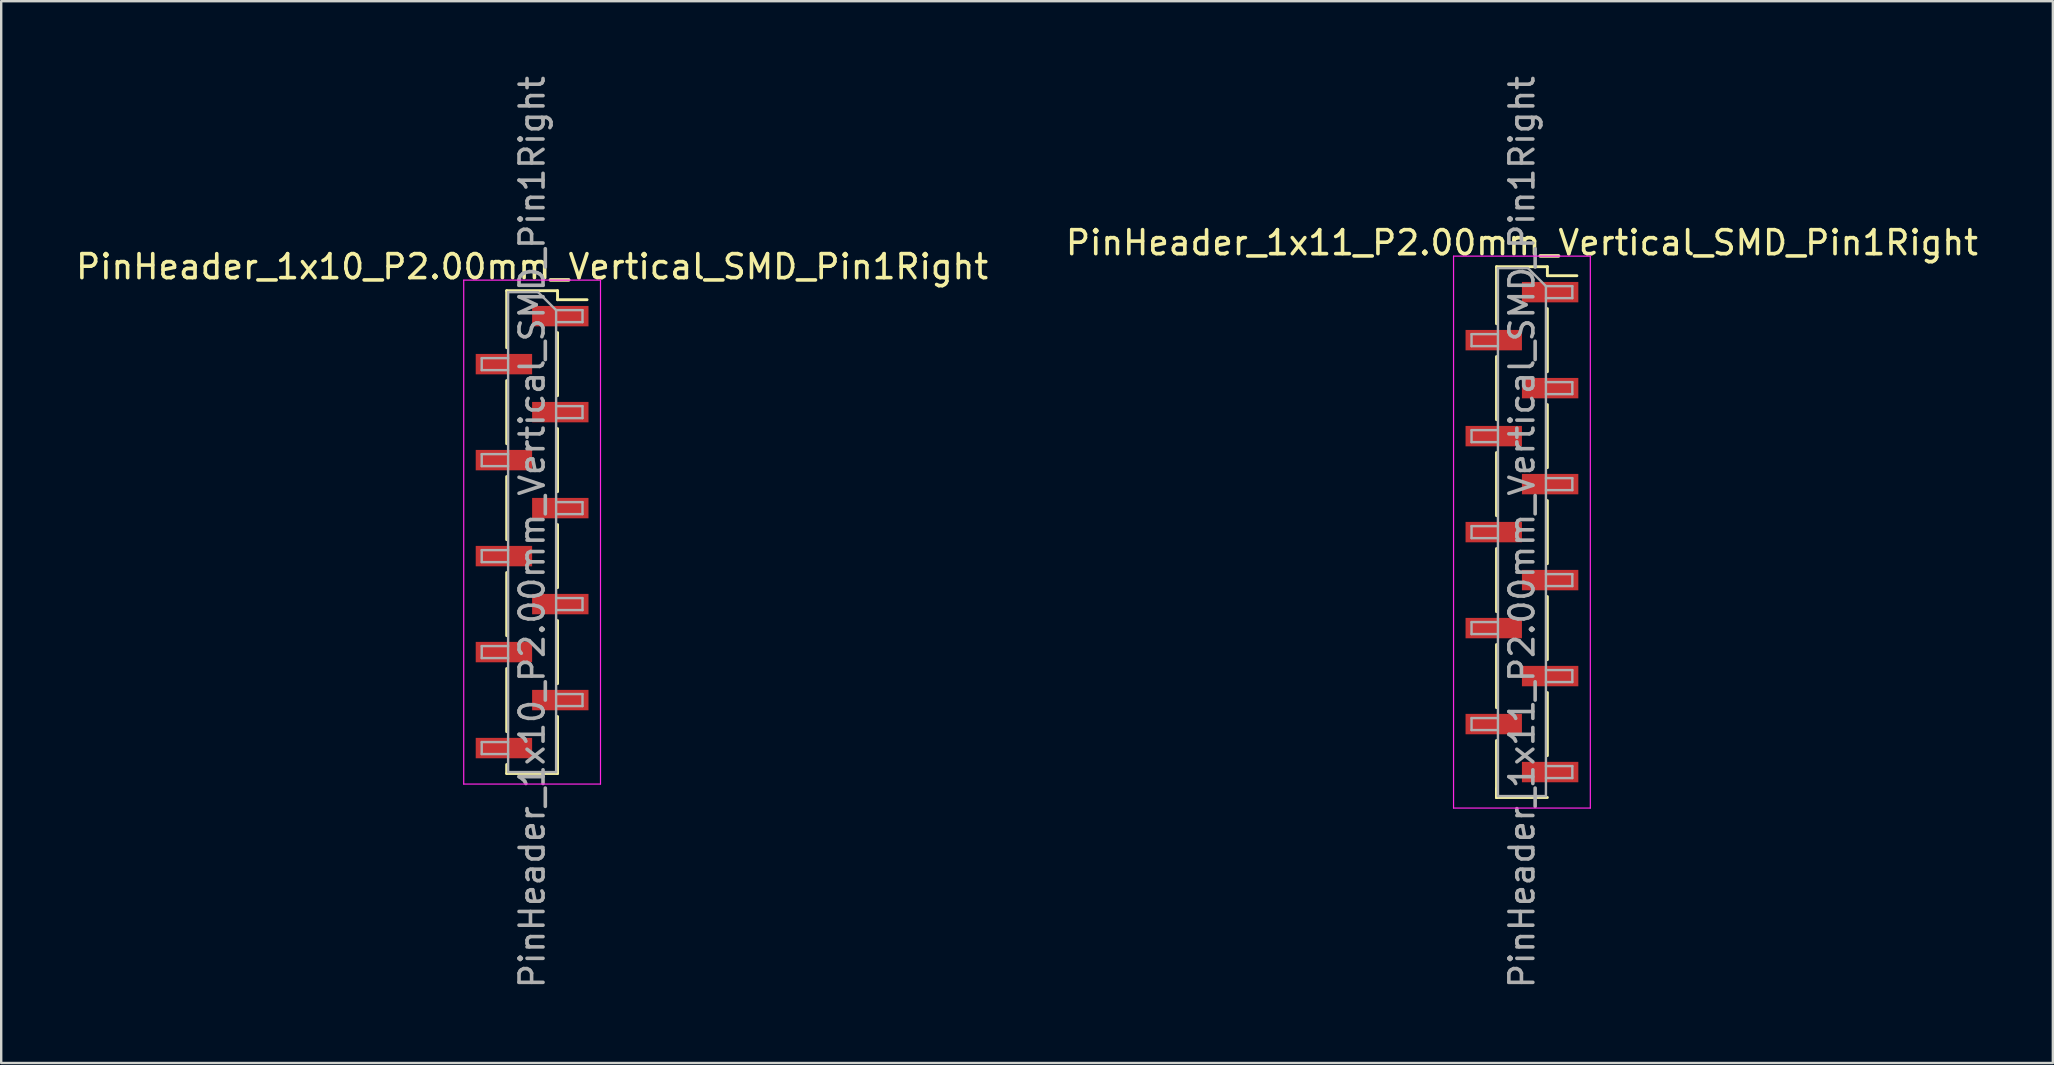
<source format=kicad_pcb>
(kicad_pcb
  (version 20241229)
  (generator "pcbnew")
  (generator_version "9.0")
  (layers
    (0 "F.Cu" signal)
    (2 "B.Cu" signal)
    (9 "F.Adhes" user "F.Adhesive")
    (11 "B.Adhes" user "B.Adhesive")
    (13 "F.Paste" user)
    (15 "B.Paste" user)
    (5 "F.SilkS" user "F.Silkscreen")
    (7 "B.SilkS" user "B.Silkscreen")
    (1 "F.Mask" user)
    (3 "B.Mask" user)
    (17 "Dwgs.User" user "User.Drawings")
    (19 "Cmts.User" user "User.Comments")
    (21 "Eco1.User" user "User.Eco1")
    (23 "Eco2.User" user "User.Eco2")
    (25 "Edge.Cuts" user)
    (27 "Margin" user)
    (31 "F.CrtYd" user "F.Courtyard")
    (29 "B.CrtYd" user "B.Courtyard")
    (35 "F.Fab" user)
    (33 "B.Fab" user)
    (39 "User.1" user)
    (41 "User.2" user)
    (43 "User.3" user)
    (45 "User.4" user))
  (footprint "PinHeader_1x11_P2.00mm_Vertical_SMD_Pin1Right"
    (layer "F.Cu")
    (at 60.375 19.125)
    (property "Reference" "PinHeader_1x11_P2.00mm_Vertical_SMD_Pin1Right" (at 0 -12.06 0) (layer "F.SilkS") (effects (font (size 1 1) (thickness 0.15))))
    (attr smd)
    (fp_line (start -1.06 -11.06) (end -1.06 -8.685) (stroke (width 0.12) (type solid)) (layer "F.SilkS"))
    (fp_line (start -1.06 -11.06) (end 1.06 -11.06) (stroke (width 0.12) (type solid)) (layer "F.SilkS"))
    (fp_line (start -1.06 -7.315) (end -1.06 -4.685) (stroke (width 0.12) (type solid)) (layer "F.SilkS"))
    (fp_line (start -1.06 -3.315) (end -1.06 -0.685) (stroke (width 0.12) (type solid)) (layer "F.SilkS"))
    (fp_line (start -1.06 0.685) (end -1.06 3.315) (stroke (width 0.12) (type solid)) (layer "F.SilkS"))
    (fp_line (start -1.06 4.685) (end -1.06 7.315) (stroke (width 0.12) (type solid)) (layer "F.SilkS"))
    (fp_line (start -1.06 8.685) (end -1.06 11.06) (stroke (width 0.12) (type solid)) (layer "F.SilkS"))
    (fp_line (start -1.06 10.685) (end -1.06 11.06) (stroke (width 0.12) (type solid)) (layer "F.SilkS"))
    (fp_line (start -1.06 11.06) (end 1.06 11.06) (stroke (width 0.12) (type solid)) (layer "F.SilkS"))
    (fp_line (start 1.06 -11.06) (end 1.06 -10.685) (stroke (width 0.12) (type solid)) (layer "F.SilkS"))
    (fp_line (start 1.06 -10.685) (end 2.29 -10.685) (stroke (width 0.12) (type solid)) (layer "F.SilkS"))
    (fp_line (start 1.06 -9.315) (end 1.06 -6.685) (stroke (width 0.12) (type solid)) (layer "F.SilkS"))
    (fp_line (start 1.06 -5.315) (end 1.06 -2.685) (stroke (width 0.12) (type solid)) (layer "F.SilkS"))
    (fp_line (start 1.06 -1.315) (end 1.06 1.315) (stroke (width 0.12) (type solid)) (layer "F.SilkS"))
    (fp_line (start 1.06 2.685) (end 1.06 5.315) (stroke (width 0.12) (type solid)) (layer "F.SilkS"))
    (fp_line (start 1.06 6.685) (end 1.06 9.315) (stroke (width 0.12) (type solid)) (layer "F.SilkS"))
    (fp_line (start -2.85 -11.5) (end -2.85 11.5) (stroke (width 0.05) (type solid)) (layer "F.CrtYd"))
    (fp_line (start -2.85 11.5) (end 2.85 11.5) (stroke (width 0.05) (type solid)) (layer "F.CrtYd"))
    (fp_line (start 2.85 -11.5) (end -2.85 -11.5) (stroke (width 0.05) (type solid)) (layer "F.CrtYd"))
    (fp_line (start 2.85 11.5) (end 2.85 -11.5) (stroke (width 0.05) (type solid)) (layer "F.CrtYd"))
    (fp_line (start -2.1 -8.25) (end -2.1 -7.75) (stroke (width 0.1) (type solid)) (layer "F.Fab"))
    (fp_line (start -2.1 -7.75) (end -1 -7.75) (stroke (width 0.1) (type solid)) (layer "F.Fab"))
    (fp_line (start -2.1 -4.25) (end -2.1 -3.75) (stroke (width 0.1) (type solid)) (layer "F.Fab"))
    (fp_line (start -2.1 -3.75) (end -1 -3.75) (stroke (width 0.1) (type solid)) (layer "F.Fab"))
    (fp_line (start -2.1 -0.25) (end -2.1 0.25) (stroke (width 0.1) (type solid)) (layer "F.Fab"))
    (fp_line (start -2.1 0.25) (end -1 0.25) (stroke (width 0.1) (type solid)) (layer "F.Fab"))
    (fp_line (start -2.1 3.75) (end -2.1 4.25) (stroke (width 0.1) (type solid)) (layer "F.Fab"))
    (fp_line (start -2.1 4.25) (end -1 4.25) (stroke (width 0.1) (type solid)) (layer "F.Fab"))
    (fp_line (start -2.1 7.75) (end -2.1 8.25) (stroke (width 0.1) (type solid)) (layer "F.Fab"))
    (fp_line (start -2.1 8.25) (end -1 8.25) (stroke (width 0.1) (type solid)) (layer "F.Fab"))
    (fp_line (start -1 -11) (end -1 11) (stroke (width 0.1) (type solid)) (layer "F.Fab"))
    (fp_line (start -1 -11) (end 0.25 -11) (stroke (width 0.1) (type solid)) (layer "F.Fab"))
    (fp_line (start -1 -8.25) (end -2.1 -8.25) (stroke (width 0.1) (type solid)) (layer "F.Fab"))
    (fp_line (start -1 -4.25) (end -2.1 -4.25) (stroke (width 0.1) (type solid)) (layer "F.Fab"))
    (fp_line (start -1 -0.25) (end -2.1 -0.25) (stroke (width 0.1) (type solid)) (layer "F.Fab"))
    (fp_line (start -1 3.75) (end -2.1 3.75) (stroke (width 0.1) (type solid)) (layer "F.Fab"))
    (fp_line (start -1 7.75) (end -2.1 7.75) (stroke (width 0.1) (type solid)) (layer "F.Fab"))
    (fp_line (start 1 -10.25) (end 0.25 -11) (stroke (width 0.1) (type solid)) (layer "F.Fab"))
    (fp_line (start 1 -10.25) (end 2.1 -10.25) (stroke (width 0.1) (type solid)) (layer "F.Fab"))
    (fp_line (start 1 -6.25) (end 2.1 -6.25) (stroke (width 0.1) (type solid)) (layer "F.Fab"))
    (fp_line (start 1 -2.25) (end 2.1 -2.25) (stroke (width 0.1) (type solid)) (layer "F.Fab"))
    (fp_line (start 1 1.75) (end 2.1 1.75) (stroke (width 0.1) (type solid)) (layer "F.Fab"))
    (fp_line (start 1 5.75) (end 2.1 5.75) (stroke (width 0.1) (type solid)) (layer "F.Fab"))
    (fp_line (start 1 9.75) (end 2.1 9.75) (stroke (width 0.1) (type solid)) (layer "F.Fab"))
    (fp_line (start 1 11) (end -1 11) (stroke (width 0.1) (type solid)) (layer "F.Fab"))
    (fp_line (start 1 11) (end 1 -10.25) (stroke (width 0.1) (type solid)) (layer "F.Fab"))
    (fp_line (start 2.1 -10.25) (end 2.1 -9.75) (stroke (width 0.1) (type solid)) (layer "F.Fab"))
    (fp_line (start 2.1 -9.75) (end 1 -9.75) (stroke (width 0.1) (type solid)) (layer "F.Fab"))
    (fp_line (start 2.1 -6.25) (end 2.1 -5.75) (stroke (width 0.1) (type solid)) (layer "F.Fab"))
    (fp_line (start 2.1 -5.75) (end 1 -5.75) (stroke (width 0.1) (type solid)) (layer "F.Fab"))
    (fp_line (start 2.1 -2.25) (end 2.1 -1.75) (stroke (width 0.1) (type solid)) (layer "F.Fab"))
    (fp_line (start 2.1 -1.75) (end 1 -1.75) (stroke (width 0.1) (type solid)) (layer "F.Fab"))
    (fp_line (start 2.1 1.75) (end 2.1 2.25) (stroke (width 0.1) (type solid)) (layer "F.Fab"))
    (fp_line (start 2.1 2.25) (end 1 2.25) (stroke (width 0.1) (type solid)) (layer "F.Fab"))
    (fp_line (start 2.1 5.75) (end 2.1 6.25) (stroke (width 0.1) (type solid)) (layer "F.Fab"))
    (fp_line (start 2.1 6.25) (end 1 6.25) (stroke (width 0.1) (type solid)) (layer "F.Fab"))
    (fp_line (start 2.1 9.75) (end 2.1 10.25) (stroke (width 0.1) (type solid)) (layer "F.Fab"))
    (fp_line (start 2.1 10.25) (end 1 10.25) (stroke (width 0.1) (type solid)) (layer "F.Fab"))
    (fp_text user "${REFERENCE}" (at 0 0 90) (layer "F.Fab") (effects (font (size 1 1) (thickness 0.15))))
    (pad "1" smd rect (at 1.175 -10) (size 2.35 0.85) (layers "F.Cu" "F.Mask" "F.Paste"))
    (pad "2" smd rect (at -1.175 -8) (size 2.35 0.85) (layers "F.Cu" "F.Mask" "F.Paste"))
    (pad "3" smd rect (at 1.175 -6) (size 2.35 0.85) (layers "F.Cu" "F.Mask" "F.Paste"))
    (pad "4" smd rect (at -1.175 -4) (size 2.35 0.85) (layers "F.Cu" "F.Mask" "F.Paste"))
    (pad "5" smd rect (at 1.175 -2) (size 2.35 0.85) (layers "F.Cu" "F.Mask" "F.Paste"))
    (pad "6" smd rect (at -1.175 0) (size 2.35 0.85) (layers "F.Cu" "F.Mask" "F.Paste"))
    (pad "7" smd rect (at 1.175 2) (size 2.35 0.85) (layers "F.Cu" "F.Mask" "F.Paste"))
    (pad "8" smd rect (at -1.175 4) (size 2.35 0.85) (layers "F.Cu" "F.Mask" "F.Paste"))
    (pad "9" smd rect (at 1.175 6) (size 2.35 0.85) (layers "F.Cu" "F.Mask" "F.Paste"))
    (pad "10" smd rect (at -1.175 8) (size 2.35 0.85) (layers "F.Cu" "F.Mask" "F.Paste"))
    (pad "11" smd rect (at 1.175 10) (size 2.35 0.85) (layers "F.Cu" "F.Mask" "F.Paste")))
  (footprint "PinHeader_1x10_P2.00mm_Vertical_SMD_Pin1Right"
    (layer "F.Cu")
    (at 19.125 19.125)
    (property "Reference" "PinHeader_1x10_P2.00mm_Vertical_SMD_Pin1Right" (at 0 -11.06 0) (layer "F.SilkS") (effects (font (size 1 1) (thickness 0.15))))
    (attr smd)
    (fp_line (start -1.06 -10.06) (end -1.06 -7.685) (stroke (width 0.12) (type solid)) (layer "F.SilkS"))
    (fp_line (start -1.06 -10.06) (end 1.06 -10.06) (stroke (width 0.12) (type solid)) (layer "F.SilkS"))
    (fp_line (start -1.06 -6.315) (end -1.06 -3.685) (stroke (width 0.12) (type solid)) (layer "F.SilkS"))
    (fp_line (start -1.06 -2.315) (end -1.06 0.315) (stroke (width 0.12) (type solid)) (layer "F.SilkS"))
    (fp_line (start -1.06 1.685) (end -1.06 4.315) (stroke (width 0.12) (type solid)) (layer "F.SilkS"))
    (fp_line (start -1.06 5.685) (end -1.06 8.315) (stroke (width 0.12) (type solid)) (layer "F.SilkS"))
    (fp_line (start -1.06 9.685) (end -1.06 10.06) (stroke (width 0.12) (type solid)) (layer "F.SilkS"))
    (fp_line (start -1.06 10.06) (end 1.06 10.06) (stroke (width 0.12) (type solid)) (layer "F.SilkS"))
    (fp_line (start 1.06 -10.06) (end 1.06 -9.685) (stroke (width 0.12) (type solid)) (layer "F.SilkS"))
    (fp_line (start 1.06 -9.685) (end 2.29 -9.685) (stroke (width 0.12) (type solid)) (layer "F.SilkS"))
    (fp_line (start 1.06 -8.315) (end 1.06 -5.685) (stroke (width 0.12) (type solid)) (layer "F.SilkS"))
    (fp_line (start 1.06 -4.315) (end 1.06 -1.685) (stroke (width 0.12) (type solid)) (layer "F.SilkS"))
    (fp_line (start 1.06 -0.315) (end 1.06 2.315) (stroke (width 0.12) (type solid)) (layer "F.SilkS"))
    (fp_line (start 1.06 3.685) (end 1.06 6.315) (stroke (width 0.12) (type solid)) (layer "F.SilkS"))
    (fp_line (start 1.06 7.685) (end 1.06 10.06) (stroke (width 0.12) (type solid)) (layer "F.SilkS"))
    (fp_line (start -2.85 -10.5) (end -2.85 10.5) (stroke (width 0.05) (type solid)) (layer "F.CrtYd"))
    (fp_line (start -2.85 10.5) (end 2.85 10.5) (stroke (width 0.05) (type solid)) (layer "F.CrtYd"))
    (fp_line (start 2.85 -10.5) (end -2.85 -10.5) (stroke (width 0.05) (type solid)) (layer "F.CrtYd"))
    (fp_line (start 2.85 10.5) (end 2.85 -10.5) (stroke (width 0.05) (type solid)) (layer "F.CrtYd"))
    (fp_line (start -2.1 -7.25) (end -2.1 -6.75) (stroke (width 0.1) (type solid)) (layer "F.Fab"))
    (fp_line (start -2.1 -6.75) (end -1 -6.75) (stroke (width 0.1) (type solid)) (layer "F.Fab"))
    (fp_line (start -2.1 -3.25) (end -2.1 -2.75) (stroke (width 0.1) (type solid)) (layer "F.Fab"))
    (fp_line (start -2.1 -2.75) (end -1 -2.75) (stroke (width 0.1) (type solid)) (layer "F.Fab"))
    (fp_line (start -2.1 0.75) (end -2.1 1.25) (stroke (width 0.1) (type solid)) (layer "F.Fab"))
    (fp_line (start -2.1 1.25) (end -1 1.25) (stroke (width 0.1) (type solid)) (layer "F.Fab"))
    (fp_line (start -2.1 4.75) (end -2.1 5.25) (stroke (width 0.1) (type solid)) (layer "F.Fab"))
    (fp_line (start -2.1 5.25) (end -1 5.25) (stroke (width 0.1) (type solid)) (layer "F.Fab"))
    (fp_line (start -2.1 8.75) (end -2.1 9.25) (stroke (width 0.1) (type solid)) (layer "F.Fab"))
    (fp_line (start -2.1 9.25) (end -1 9.25) (stroke (width 0.1) (type solid)) (layer "F.Fab"))
    (fp_line (start -1 -10) (end -1 10) (stroke (width 0.1) (type solid)) (layer "F.Fab"))
    (fp_line (start -1 -10) (end 0.25 -10) (stroke (width 0.1) (type solid)) (layer "F.Fab"))
    (fp_line (start -1 -7.25) (end -2.1 -7.25) (stroke (width 0.1) (type solid)) (layer "F.Fab"))
    (fp_line (start -1 -3.25) (end -2.1 -3.25) (stroke (width 0.1) (type solid)) (layer "F.Fab"))
    (fp_line (start -1 0.75) (end -2.1 0.75) (stroke (width 0.1) (type solid)) (layer "F.Fab"))
    (fp_line (start -1 4.75) (end -2.1 4.75) (stroke (width 0.1) (type solid)) (layer "F.Fab"))
    (fp_line (start -1 8.75) (end -2.1 8.75) (stroke (width 0.1) (type solid)) (layer "F.Fab"))
    (fp_line (start 1 -9.25) (end 0.25 -10) (stroke (width 0.1) (type solid)) (layer "F.Fab"))
    (fp_line (start 1 -9.25) (end 2.1 -9.25) (stroke (width 0.1) (type solid)) (layer "F.Fab"))
    (fp_line (start 1 -5.25) (end 2.1 -5.25) (stroke (width 0.1) (type solid)) (layer "F.Fab"))
    (fp_line (start 1 -1.25) (end 2.1 -1.25) (stroke (width 0.1) (type solid)) (layer "F.Fab"))
    (fp_line (start 1 2.75) (end 2.1 2.75) (stroke (width 0.1) (type solid)) (layer "F.Fab"))
    (fp_line (start 1 6.75) (end 2.1 6.75) (stroke (width 0.1) (type solid)) (layer "F.Fab"))
    (fp_line (start 1 10) (end -1 10) (stroke (width 0.1) (type solid)) (layer "F.Fab"))
    (fp_line (start 1 10) (end 1 -9.25) (stroke (width 0.1) (type solid)) (layer "F.Fab"))
    (fp_line (start 2.1 -9.25) (end 2.1 -8.75) (stroke (width 0.1) (type solid)) (layer "F.Fab"))
    (fp_line (start 2.1 -8.75) (end 1 -8.75) (stroke (width 0.1) (type solid)) (layer "F.Fab"))
    (fp_line (start 2.1 -5.25) (end 2.1 -4.75) (stroke (width 0.1) (type solid)) (layer "F.Fab"))
    (fp_line (start 2.1 -4.75) (end 1 -4.75) (stroke (width 0.1) (type solid)) (layer "F.Fab"))
    (fp_line (start 2.1 -1.25) (end 2.1 -0.75) (stroke (width 0.1) (type solid)) (layer "F.Fab"))
    (fp_line (start 2.1 -0.75) (end 1 -0.75) (stroke (width 0.1) (type solid)) (layer "F.Fab"))
    (fp_line (start 2.1 2.75) (end 2.1 3.25) (stroke (width 0.1) (type solid)) (layer "F.Fab"))
    (fp_line (start 2.1 3.25) (end 1 3.25) (stroke (width 0.1) (type solid)) (layer "F.Fab"))
    (fp_line (start 2.1 6.75) (end 2.1 7.25) (stroke (width 0.1) (type solid)) (layer "F.Fab"))
    (fp_line (start 2.1 7.25) (end 1 7.25) (stroke (width 0.1) (type solid)) (layer "F.Fab"))
    (fp_text user "${REFERENCE}" (at 0 0 90) (layer "F.Fab") (effects (font (size 1 1) (thickness 0.15))))
    (pad "1" smd rect (at 1.175 -9) (size 2.35 0.85) (layers "F.Cu" "F.Mask" "F.Paste"))
    (pad "2" smd rect (at -1.175 -7) (size 2.35 0.85) (layers "F.Cu" "F.Mask" "F.Paste"))
    (pad "3" smd rect (at 1.175 -5) (size 2.35 0.85) (layers "F.Cu" "F.Mask" "F.Paste"))
    (pad "4" smd rect (at -1.175 -3) (size 2.35 0.85) (layers "F.Cu" "F.Mask" "F.Paste"))
    (pad "5" smd rect (at 1.175 -1) (size 2.35 0.85) (layers "F.Cu" "F.Mask" "F.Paste"))
    (pad "6" smd rect (at -1.175 1) (size 2.35 0.85) (layers "F.Cu" "F.Mask" "F.Paste"))
    (pad "7" smd rect (at 1.175 3) (size 2.35 0.85) (layers "F.Cu" "F.Mask" "F.Paste"))
    (pad "8" smd rect (at -1.175 5) (size 2.35 0.85) (layers "F.Cu" "F.Mask" "F.Paste"))
    (pad "9" smd rect (at 1.175 7) (size 2.35 0.85) (layers "F.Cu" "F.Mask" "F.Paste"))
    (pad "10" smd rect (at -1.175 9) (size 2.35 0.85) (layers "F.Cu" "F.Mask" "F.Paste")))
  (gr_rect
    (start -3 -3)
    (end 82.5 41.25)
    (stroke (width 0.1) (type default))
    (fill no)
    (layer "Edge.Cuts")))
</source>
